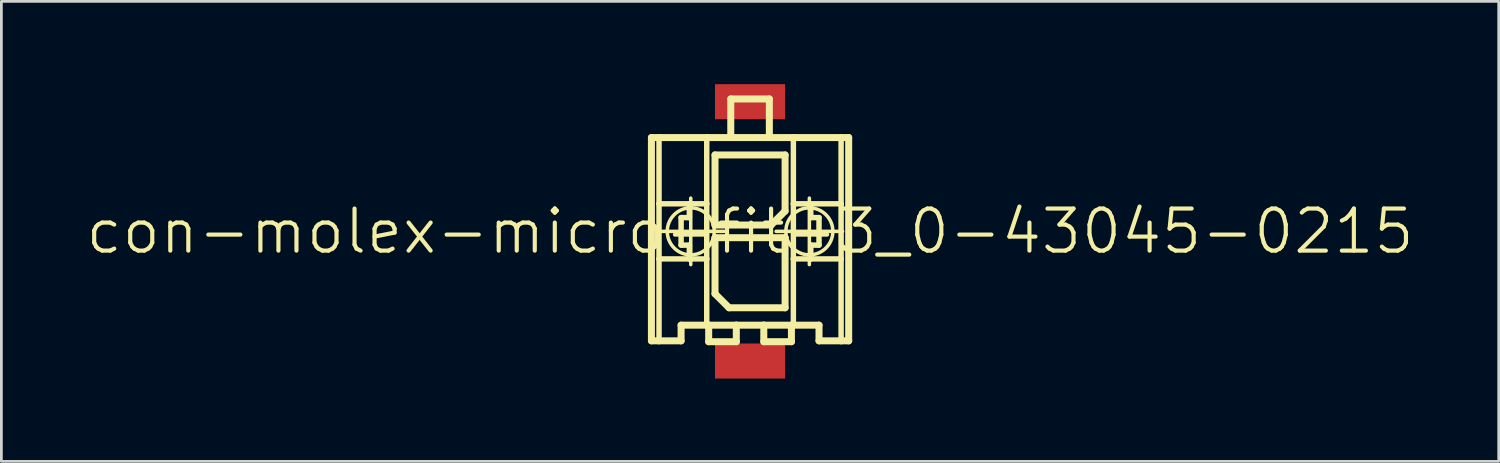
<source format=kicad_pcb>
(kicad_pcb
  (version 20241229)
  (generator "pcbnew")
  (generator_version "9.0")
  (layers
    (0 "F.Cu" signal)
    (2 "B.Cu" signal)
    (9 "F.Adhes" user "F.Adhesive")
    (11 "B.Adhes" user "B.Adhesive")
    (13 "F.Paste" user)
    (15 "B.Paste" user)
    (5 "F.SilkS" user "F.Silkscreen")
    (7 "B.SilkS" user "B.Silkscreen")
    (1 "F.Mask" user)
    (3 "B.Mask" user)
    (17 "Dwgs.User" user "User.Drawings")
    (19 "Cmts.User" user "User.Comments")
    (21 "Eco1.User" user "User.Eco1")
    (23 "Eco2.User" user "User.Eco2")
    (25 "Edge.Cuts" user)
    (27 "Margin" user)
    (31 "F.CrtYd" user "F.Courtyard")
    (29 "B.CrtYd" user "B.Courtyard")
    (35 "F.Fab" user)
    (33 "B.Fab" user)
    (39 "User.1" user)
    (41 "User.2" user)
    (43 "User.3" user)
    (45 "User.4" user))
  (footprint "con-molex-micro-fit-3_0-43045-0215"
    (layer "F.Cu")
    (at 24.13 5.334)
    (property "Reference" "con-molex-micro-fit-3_0-43045-0215" (at 0 0 0) (layer "F.SilkS") (effects (font (size 1.524 1.524) (thickness 0.15))))
    (attr smd)
    (fp_line (start -3.574 -3.399) (end -3.299 -3.399) (stroke (width 0.254) (type solid)) (layer "F.SilkS"))
    (fp_line (start -3.574 3.967) (end -3.574 -3.399) (stroke (width 0.254) (type solid)) (layer "F.SilkS"))
    (fp_line (start -3.353 0) (end -0.945 0) (stroke (width 0.127) (type solid)) (layer "F.SilkS"))
    (fp_line (start -3.299 -3.399) (end -1.57 -3.399) (stroke (width 0.254) (type solid)) (layer "F.SilkS"))
    (fp_line (start -3.299 -0.998) (end -3.299 -3.399) (stroke (width 0.198) (type solid)) (layer "F.SilkS"))
    (fp_line (start -3.299 0.998) (end -3.299 -0.998) (stroke (width 0.198) (type solid)) (layer "F.SilkS"))
    (fp_line (start -3.299 3.967) (end -3.574 3.967) (stroke (width 0.254) (type solid)) (layer "F.SilkS"))
    (fp_line (start -3.299 3.967) (end -3.299 0.998) (stroke (width 0.198) (type solid)) (layer "F.SilkS"))
    (fp_line (start -2.499 -0.498) (end -2.499 0.498) (stroke (width 0.198) (type solid)) (layer "F.SilkS"))
    (fp_line (start -2.499 0.498) (end -2.2 0.498) (stroke (width 0.198) (type solid)) (layer "F.SilkS"))
    (fp_line (start -2.499 3.399) (end -2.499 3.967) (stroke (width 0.254) (type solid)) (layer "F.SilkS"))
    (fp_line (start -2.499 3.967) (end -3.299 3.967) (stroke (width 0.254) (type solid)) (layer "F.SilkS"))
    (fp_line (start -2.2 -0.998) (end -3.299 -0.998) (stroke (width 0.198) (type solid)) (layer "F.SilkS"))
    (fp_line (start -2.2 -0.998) (end -2.2 -0.498) (stroke (width 0.198) (type solid)) (layer "F.SilkS"))
    (fp_line (start -2.2 -0.498) (end -2.499 -0.498) (stroke (width 0.198) (type solid)) (layer "F.SilkS"))
    (fp_line (start -2.2 0.498) (end -2.2 0.998) (stroke (width 0.198) (type solid)) (layer "F.SilkS"))
    (fp_line (start -2.2 0.998) (end -3.299 0.998) (stroke (width 0.198) (type solid)) (layer "F.SilkS"))
    (fp_line (start -2.149 1.204) (end -2.149 -1.204) (stroke (width 0.127) (type solid)) (layer "F.SilkS"))
    (fp_line (start -1.57 -3.399) (end -0.699 -3.399) (stroke (width 0.254) (type solid)) (layer "F.SilkS"))
    (fp_line (start -1.57 -0.998) (end -2.2 -0.998) (stroke (width 0.198) (type solid)) (layer "F.SilkS"))
    (fp_line (start -1.57 -0.998) (end -1.57 -3.399) (stroke (width 0.198) (type solid)) (layer "F.SilkS"))
    (fp_line (start -1.57 0.998) (end -2.2 0.998) (stroke (width 0.198) (type solid)) (layer "F.SilkS"))
    (fp_line (start -1.57 0.998) (end -1.57 -0.998) (stroke (width 0.198) (type solid)) (layer "F.SilkS"))
    (fp_line (start -1.57 3.399) (end -2.499 3.399) (stroke (width 0.254) (type solid)) (layer "F.SilkS"))
    (fp_line (start -1.57 3.399) (end -1.57 0.998) (stroke (width 0.198) (type solid)) (layer "F.SilkS"))
    (fp_line (start -1.499 3.399) (end -1.57 3.399) (stroke (width 0.254) (type solid)) (layer "F.SilkS"))
    (fp_line (start -1.499 3.399) (end -1.499 3.998) (stroke (width 0.254) (type solid)) (layer "F.SilkS"))
    (fp_line (start -1.499 3.998) (end -0.498 3.998) (stroke (width 0.254) (type solid)) (layer "F.SilkS"))
    (fp_line (start -1.27 -2.769) (end -1.27 -0.229) (stroke (width 0.254) (type solid)) (layer "F.SilkS"))
    (fp_line (start -1.27 -0.229) (end 0.762 -0.229) (stroke (width 0.254) (type solid)) (layer "F.SilkS"))
    (fp_line (start -1.27 0.229) (end 1.27 0.229) (stroke (width 0.254) (type solid)) (layer "F.SilkS"))
    (fp_line (start -1.27 2.261) (end -1.27 0.229) (stroke (width 0.254) (type solid)) (layer "F.SilkS"))
    (fp_line (start -0.762 2.769) (end -1.27 2.261) (stroke (width 0.254) (type solid)) (layer "F.SilkS"))
    (fp_line (start -0.699 -4.798) (end -0.699 -3.399) (stroke (width 0.254) (type solid)) (layer "F.SilkS"))
    (fp_line (start -0.699 -4.798) (end 0.699 -4.798) (stroke (width 0.254) (type solid)) (layer "F.SilkS"))
    (fp_line (start -0.699 -3.399) (end 0.699 -3.399) (stroke (width 0.254) (type solid)) (layer "F.SilkS"))
    (fp_line (start -0.498 3.399) (end -1.499 3.399) (stroke (width 0.254) (type solid)) (layer "F.SilkS"))
    (fp_line (start -0.498 3.998) (end -0.498 3.399) (stroke (width 0.254) (type solid)) (layer "F.SilkS"))
    (fp_line (start 0.498 3.399) (end -0.498 3.399) (stroke (width 0.254) (type solid)) (layer "F.SilkS"))
    (fp_line (start 0.498 3.399) (end 0.498 3.998) (stroke (width 0.254) (type solid)) (layer "F.SilkS"))
    (fp_line (start 0.498 3.998) (end 1.499 3.998) (stroke (width 0.254) (type solid)) (layer "F.SilkS"))
    (fp_line (start 0.699 -4.798) (end 0.699 -3.399) (stroke (width 0.254) (type solid)) (layer "F.SilkS"))
    (fp_line (start 0.699 -3.399) (end 1.57 -3.399) (stroke (width 0.254) (type solid)) (layer "F.SilkS"))
    (fp_line (start 0.762 -0.229) (end 1.27 -0.737) (stroke (width 0.254) (type solid)) (layer "F.SilkS"))
    (fp_line (start 0.945 0) (end 3.353 0) (stroke (width 0.127) (type solid)) (layer "F.SilkS"))
    (fp_line (start 1.27 -2.769) (end -1.27 -2.769) (stroke (width 0.254) (type solid)) (layer "F.SilkS"))
    (fp_line (start 1.27 -0.737) (end 1.27 -2.769) (stroke (width 0.254) (type solid)) (layer "F.SilkS"))
    (fp_line (start 1.27 0.229) (end 1.27 2.769) (stroke (width 0.254) (type solid)) (layer "F.SilkS"))
    (fp_line (start 1.27 2.769) (end -0.762 2.769) (stroke (width 0.254) (type solid)) (layer "F.SilkS"))
    (fp_line (start 1.499 3.399) (end 0.498 3.399) (stroke (width 0.254) (type solid)) (layer "F.SilkS"))
    (fp_line (start 1.499 3.998) (end 1.499 3.399) (stroke (width 0.254) (type solid)) (layer "F.SilkS"))
    (fp_line (start 1.57 -3.399) (end 1.57 -0.998) (stroke (width 0.198) (type solid)) (layer "F.SilkS"))
    (fp_line (start 1.57 -3.399) (end 3.299 -3.399) (stroke (width 0.254) (type solid)) (layer "F.SilkS"))
    (fp_line (start 1.57 -0.998) (end 1.57 0.998) (stroke (width 0.198) (type solid)) (layer "F.SilkS"))
    (fp_line (start 1.57 -0.998) (end 2.2 -0.998) (stroke (width 0.198) (type solid)) (layer "F.SilkS"))
    (fp_line (start 1.57 0.998) (end 1.57 3.399) (stroke (width 0.198) (type solid)) (layer "F.SilkS"))
    (fp_line (start 1.57 0.998) (end 2.2 0.998) (stroke (width 0.198) (type solid)) (layer "F.SilkS"))
    (fp_line (start 1.57 3.399) (end 1.499 3.399) (stroke (width 0.254) (type solid)) (layer "F.SilkS"))
    (fp_line (start 2.149 1.204) (end 2.149 -1.204) (stroke (width 0.127) (type solid)) (layer "F.SilkS"))
    (fp_line (start 2.2 -0.998) (end 2.2 -0.498) (stroke (width 0.198) (type solid)) (layer "F.SilkS"))
    (fp_line (start 2.2 -0.998) (end 3.299 -0.998) (stroke (width 0.198) (type solid)) (layer "F.SilkS"))
    (fp_line (start 2.2 -0.498) (end 2.499 -0.498) (stroke (width 0.198) (type solid)) (layer "F.SilkS"))
    (fp_line (start 2.2 0.498) (end 2.2 0.998) (stroke (width 0.198) (type solid)) (layer "F.SilkS"))
    (fp_line (start 2.2 0.998) (end 3.299 0.998) (stroke (width 0.198) (type solid)) (layer "F.SilkS"))
    (fp_line (start 2.499 -0.498) (end 2.499 0.498) (stroke (width 0.198) (type solid)) (layer "F.SilkS"))
    (fp_line (start 2.499 0.498) (end 2.2 0.498) (stroke (width 0.198) (type solid)) (layer "F.SilkS"))
    (fp_line (start 2.499 3.399) (end 1.57 3.399) (stroke (width 0.254) (type solid)) (layer "F.SilkS"))
    (fp_line (start 2.499 3.967) (end 2.499 3.399) (stroke (width 0.254) (type solid)) (layer "F.SilkS"))
    (fp_line (start 2.499 3.967) (end 3.299 3.967) (stroke (width 0.254) (type solid)) (layer "F.SilkS"))
    (fp_line (start 3.299 -3.399) (end 3.574 -3.399) (stroke (width 0.254) (type solid)) (layer "F.SilkS"))
    (fp_line (start 3.299 -0.998) (end 3.299 -3.399) (stroke (width 0.198) (type solid)) (layer "F.SilkS"))
    (fp_line (start 3.299 0.998) (end 3.299 -0.998) (stroke (width 0.198) (type solid)) (layer "F.SilkS"))
    (fp_line (start 3.299 3.967) (end 3.299 0.998) (stroke (width 0.198) (type solid)) (layer "F.SilkS"))
    (fp_line (start 3.299 3.967) (end 3.574 3.967) (stroke (width 0.254) (type solid)) (layer "F.SilkS"))
    (fp_line (start 3.574 -3.399) (end 3.574 3.967) (stroke (width 0.254) (type solid)) (layer "F.SilkS"))
    (fp_circle (center -2.149 0) (end -2.751 0.602) (stroke (width 0.127) (type solid)) (fill no) (layer "F.SilkS"))
    (fp_circle (center 2.149 0) (end 2.751 0.602) (stroke (width 0.127) (type solid)) (fill no) (layer "F.SilkS"))
    (pad "P$1" smd rect (at 0 4.699) (size 2.54 1.27) (layers "F.Cu" "F.Mask" "F.Paste"))
    (pad "P$2" smd rect (at 0 -4.699) (size 2.54 1.27) (layers "F.Cu" "F.Mask" "F.Paste")))
  (gr_rect
    (start -3 -3)
    (end 51.26 13.668)
    (stroke (width 0.1) (type default))
    (fill no)
    (layer "Edge.Cuts")))
</source>
